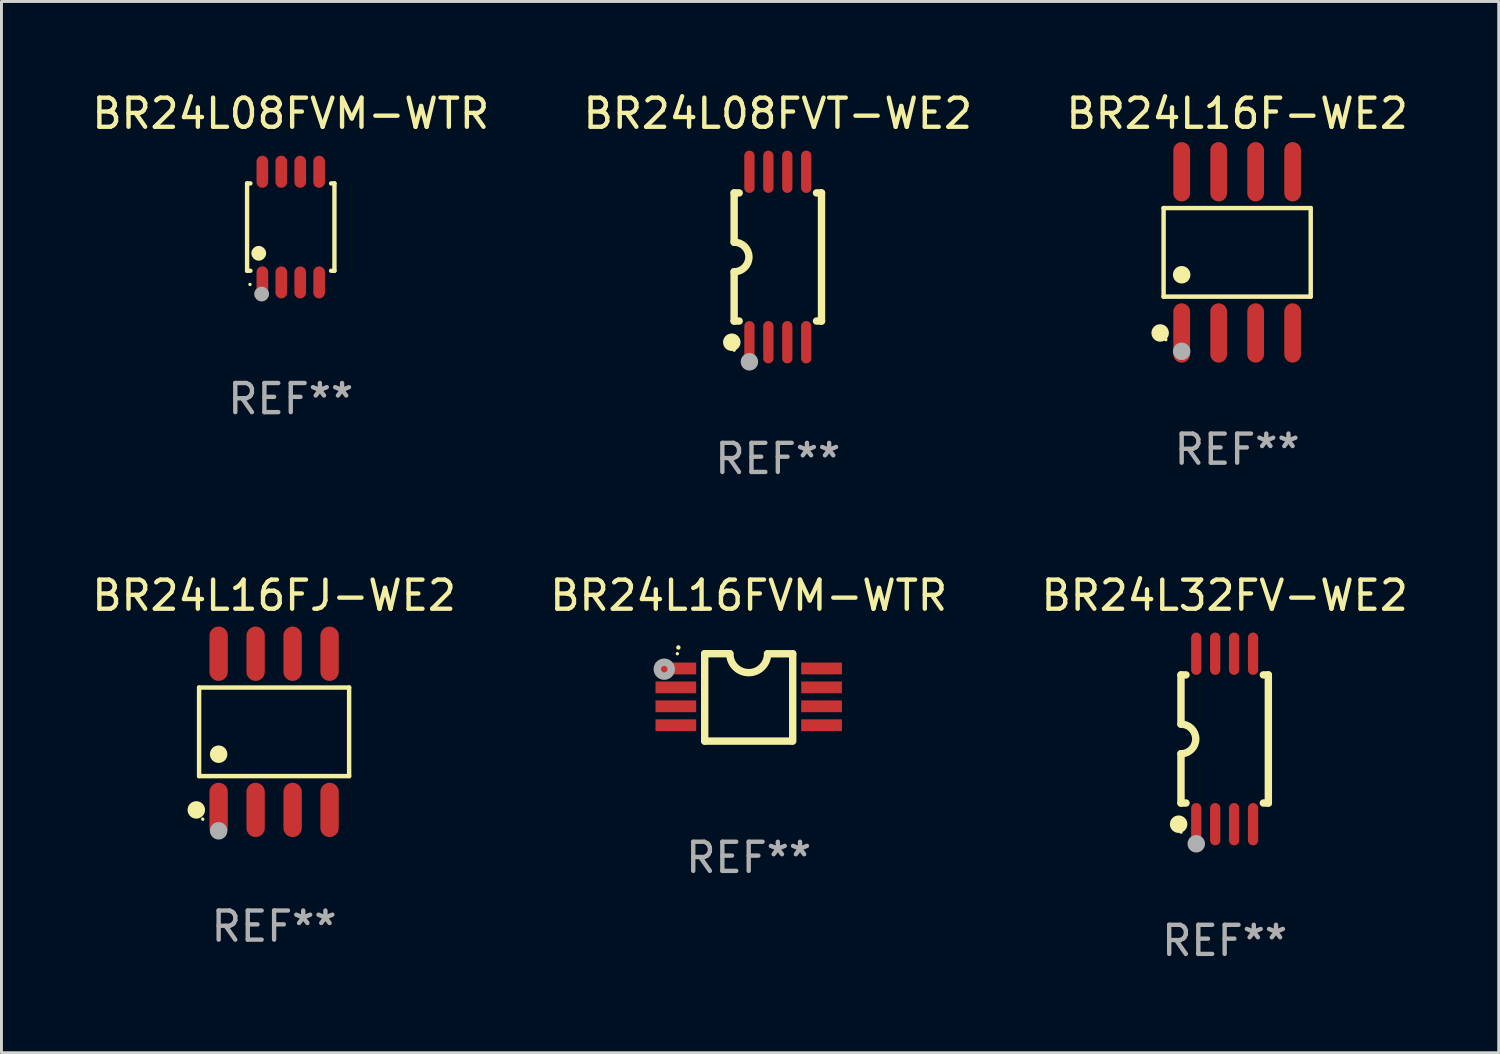
<source format=kicad_pcb>
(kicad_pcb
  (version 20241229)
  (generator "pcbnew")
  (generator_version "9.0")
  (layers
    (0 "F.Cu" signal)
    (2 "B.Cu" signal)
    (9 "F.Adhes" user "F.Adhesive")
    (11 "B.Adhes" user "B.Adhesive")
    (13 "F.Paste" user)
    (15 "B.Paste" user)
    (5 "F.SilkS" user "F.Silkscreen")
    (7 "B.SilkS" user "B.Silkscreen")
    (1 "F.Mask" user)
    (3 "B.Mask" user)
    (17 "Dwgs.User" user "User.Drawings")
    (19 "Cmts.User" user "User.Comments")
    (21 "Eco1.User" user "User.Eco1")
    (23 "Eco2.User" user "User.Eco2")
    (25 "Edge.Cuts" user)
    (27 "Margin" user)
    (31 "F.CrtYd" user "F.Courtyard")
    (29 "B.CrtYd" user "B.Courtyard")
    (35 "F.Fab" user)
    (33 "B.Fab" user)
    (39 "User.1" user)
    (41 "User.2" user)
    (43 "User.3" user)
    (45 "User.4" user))
  (footprint "BR24L16F-WE2"
    (layer "F.Cu")
    (at 39.435 5.616)
    (property "Reference" "BR24L16F-WE2" (at 0 -4.768 0) (layer "F.SilkS") (effects (font (size 1 1) (thickness 0.15))))
    (attr through_hole)
    (fp_line (start -2.526 -1.521) (end 2.526 -1.521) (stroke (width 0.152) (type solid)) (layer "F.SilkS"))
    (fp_line (start -2.526 1.521) (end -2.526 -1.521) (stroke (width 0.152) (type solid)) (layer "F.SilkS"))
    (fp_line (start 2.526 -1.521) (end 2.526 1.521) (stroke (width 0.152) (type solid)) (layer "F.SilkS"))
    (fp_line (start 2.526 1.521) (end -2.526 1.521) (stroke (width 0.152) (type solid)) (layer "F.SilkS"))
    (fp_circle (center -2.644 2.768) (end -2.494 2.768) (stroke (width 0.3) (type solid)) (fill no) (layer "F.SilkS"))
    (fp_circle (center -2.45 2.998) (end -2.42 2.998) (stroke (width 0.06) (type solid)) (fill no) (layer "F.SilkS"))
    (fp_circle (center -1.905 0.769) (end -1.755 0.769) (stroke (width 0.3) (type solid)) (fill no) (layer "F.SilkS"))
    (fp_circle (center -1.905 3.398) (end -1.755 3.398) (stroke (width 0.3) (type solid)) (fill no) (layer "F.Fab"))
    (fp_text user "REF**" (at 0 6.768 0) (layer "F.Fab") (effects (font (size 1 1) (thickness 0.15))))
    (pad "1" smd oval (at -1.905 2.768) (size 0.574 2.036) (layers "F.Cu" "F.Mask" "F.Paste"))
    (pad "2" smd oval (at -0.635 2.768) (size 0.574 2.036) (layers "F.Cu" "F.Mask" "F.Paste"))
    (pad "3" smd oval (at 0.635 2.768) (size 0.574 2.036) (layers "F.Cu" "F.Mask" "F.Paste"))
    (pad "4" smd oval (at 1.905 2.768) (size 0.574 2.036) (layers "F.Cu" "F.Mask" "F.Paste"))
    (pad "5" smd oval (at 1.905 -2.768) (size 0.574 2.036) (layers "F.Cu" "F.Mask" "F.Paste"))
    (pad "6" smd oval (at 0.635 -2.768) (size 0.574 2.036) (layers "F.Cu" "F.Mask" "F.Paste"))
    (pad "7" smd oval (at -0.635 -2.768) (size 0.574 2.036) (layers "F.Cu" "F.Mask" "F.Paste"))
    (pad "8" smd oval (at -1.905 -2.768) (size 0.574 2.036) (layers "F.Cu" "F.Mask" "F.Paste")))
  (footprint "BR24L08FVT-WE2"
    (layer "F.Cu")
    (at 23.661 5.775)
    (property "Reference" "BR24L08FVT-WE2" (at 0 -4.927 0) (layer "F.SilkS") (effects (font (size 1 1) (thickness 0.15))))
    (attr through_hole)
    (fp_line (start -1.5 -2.2) (end -1.5 -0.508) (stroke (width 0.254) (type solid)) (layer "F.SilkS"))
    (fp_line (start -1.5 -2.2) (end -1.328 -2.2) (stroke (width 0.254) (type solid)) (layer "F.SilkS"))
    (fp_line (start -1.5 2.2) (end -1.5 0.508) (stroke (width 0.254) (type solid)) (layer "F.SilkS"))
    (fp_line (start -1.5 2.2) (end -1.328 2.2) (stroke (width 0.254) (type solid)) (layer "F.SilkS"))
    (fp_line (start 1.328 -2.2) (end 1.5 -2.2) (stroke (width 0.254) (type solid)) (layer "F.SilkS"))
    (fp_line (start 1.328 2.2) (end 1.5 2.2) (stroke (width 0.254) (type solid)) (layer "F.SilkS"))
    (fp_line (start 1.5 -2.2) (end 1.5 2.2) (stroke (width 0.254) (type solid)) (layer "F.SilkS"))
    (fp_arc (start -1.501144 -0.508) (mid -0.993143 -0.000571) (end -1.5 0.508001) (stroke (width 0.254001) (type solid)) (layer "F.SilkS"))
    (fp_circle (center -1.581 2.927) (end -1.431 2.927) (stroke (width 0.3) (type solid)) (fill no) (layer "F.SilkS"))
    (fp_circle (center -1.5 3.2) (end -1.47 3.2) (stroke (width 0.06) (type solid)) (fill no) (layer "F.SilkS"))
    (fp_circle (center -0.975 3.6) (end -0.825 3.6) (stroke (width 0.3) (type solid)) (fill no) (layer "F.Fab"))
    (fp_text user "REF**" (at 0 6.927 0) (layer "F.Fab") (effects (font (size 1 1) (thickness 0.15))))
    (pad "1" smd oval (at -0.975 2.927) (size 0.353 1.454) (layers "F.Cu" "F.Mask" "F.Paste"))
    (pad "2" smd oval (at -0.325 2.927) (size 0.353 1.454) (layers "F.Cu" "F.Mask" "F.Paste"))
    (pad "3" smd oval (at 0.325 2.927) (size 0.353 1.454) (layers "F.Cu" "F.Mask" "F.Paste"))
    (pad "4" smd oval (at 0.975 2.927) (size 0.353 1.454) (layers "F.Cu" "F.Mask" "F.Paste"))
    (pad "5" smd oval (at 0.975 -2.927) (size 0.353 1.454) (layers "F.Cu" "F.Mask" "F.Paste"))
    (pad "6" smd oval (at 0.325 -2.927) (size 0.353 1.454) (layers "F.Cu" "F.Mask" "F.Paste"))
    (pad "7" smd oval (at -0.325 -2.927) (size 0.353 1.454) (layers "F.Cu" "F.Mask" "F.Paste"))
    (pad "8" smd oval (at -0.975 -2.927) (size 0.353 1.454) (layers "F.Cu" "F.Mask" "F.Paste")))
  (footprint "BR24L32FV-WE2"
    (layer "F.Cu")
    (at 39.006 22.326)
    (property "Reference" "BR24L32FV-WE2" (at 0 -4.927 0) (layer "F.SilkS") (effects (font (size 1 1) (thickness 0.15))))
    (attr through_hole)
    (fp_line (start -1.5 -2.2) (end -1.5 -0.508) (stroke (width 0.254) (type solid)) (layer "F.SilkS"))
    (fp_line (start -1.5 -2.2) (end -1.328 -2.2) (stroke (width 0.254) (type solid)) (layer "F.SilkS"))
    (fp_line (start -1.5 2.2) (end -1.5 0.508) (stroke (width 0.254) (type solid)) (layer "F.SilkS"))
    (fp_line (start -1.5 2.2) (end -1.328 2.2) (stroke (width 0.254) (type solid)) (layer "F.SilkS"))
    (fp_line (start 1.328 -2.2) (end 1.5 -2.2) (stroke (width 0.254) (type solid)) (layer "F.SilkS"))
    (fp_line (start 1.328 2.2) (end 1.5 2.2) (stroke (width 0.254) (type solid)) (layer "F.SilkS"))
    (fp_line (start 1.5 -2.2) (end 1.5 2.2) (stroke (width 0.254) (type solid)) (layer "F.SilkS"))
    (fp_arc (start -1.501144 -0.508) (mid -0.993143 -0.000571) (end -1.5 0.508001) (stroke (width 0.254001) (type solid)) (layer "F.SilkS"))
    (fp_circle (center -1.581 2.927) (end -1.431 2.927) (stroke (width 0.3) (type solid)) (fill no) (layer "F.SilkS"))
    (fp_circle (center -1.5 3.2) (end -1.47 3.2) (stroke (width 0.06) (type solid)) (fill no) (layer "F.SilkS"))
    (fp_circle (center -0.975 3.6) (end -0.825 3.6) (stroke (width 0.3) (type solid)) (fill no) (layer "F.Fab"))
    (fp_text user "REF**" (at 0 6.927 0) (layer "F.Fab") (effects (font (size 1 1) (thickness 0.15))))
    (pad "1" smd oval (at -0.975 2.927) (size 0.353 1.454) (layers "F.Cu" "F.Mask" "F.Paste"))
    (pad "2" smd oval (at -0.325 2.927) (size 0.353 1.454) (layers "F.Cu" "F.Mask" "F.Paste"))
    (pad "3" smd oval (at 0.325 2.927) (size 0.353 1.454) (layers "F.Cu" "F.Mask" "F.Paste"))
    (pad "4" smd oval (at 0.975 2.927) (size 0.353 1.454) (layers "F.Cu" "F.Mask" "F.Paste"))
    (pad "5" smd oval (at 0.975 -2.927) (size 0.353 1.454) (layers "F.Cu" "F.Mask" "F.Paste"))
    (pad "6" smd oval (at 0.325 -2.927) (size 0.353 1.454) (layers "F.Cu" "F.Mask" "F.Paste"))
    (pad "7" smd oval (at -0.325 -2.927) (size 0.353 1.454) (layers "F.Cu" "F.Mask" "F.Paste"))
    (pad "8" smd oval (at -0.975 -2.927) (size 0.353 1.454) (layers "F.Cu" "F.Mask" "F.Paste")))
  (footprint "BR24L16FJ-WE2"
    (layer "F.Cu")
    (at 6.363 22.081)
    (property "Reference" "BR24L16FJ-WE2" (at 0 -4.682 0) (layer "F.SilkS") (effects (font (size 1 1) (thickness 0.15))))
    (attr through_hole)
    (fp_line (start -2.576 -1.521) (end 2.576 -1.521) (stroke (width 0.152) (type solid)) (layer "F.SilkS"))
    (fp_line (start -2.576 1.521) (end -2.576 -1.521) (stroke (width 0.152) (type solid)) (layer "F.SilkS"))
    (fp_line (start 2.576 -1.521) (end 2.576 1.521) (stroke (width 0.152) (type solid)) (layer "F.SilkS"))
    (fp_line (start 2.576 1.521) (end -2.576 1.521) (stroke (width 0.152) (type solid)) (layer "F.SilkS"))
    (fp_circle (center -2.672 2.682) (end -2.522 2.682) (stroke (width 0.3) (type solid)) (fill no) (layer "F.SilkS"))
    (fp_circle (center -2.45 3) (end -2.42 3) (stroke (width 0.06) (type solid)) (fill no) (layer "F.SilkS"))
    (fp_circle (center -1.905 0.769) (end -1.755 0.769) (stroke (width 0.3) (type solid)) (fill no) (layer "F.SilkS"))
    (fp_circle (center -1.905 3.4) (end -1.755 3.4) (stroke (width 0.3) (type solid)) (fill no) (layer "F.Fab"))
    (fp_text user "REF**" (at 0 6.682 0) (layer "F.Fab") (effects (font (size 1 1) (thickness 0.15))))
    (pad "1" smd oval (at -1.905 2.682) (size 0.63 1.865) (layers "F.Cu" "F.Mask" "F.Paste"))
    (pad "2" smd oval (at -0.635 2.682) (size 0.63 1.865) (layers "F.Cu" "F.Mask" "F.Paste"))
    (pad "3" smd oval (at 0.635 2.682) (size 0.63 1.865) (layers "F.Cu" "F.Mask" "F.Paste"))
    (pad "4" smd oval (at 1.905 2.682) (size 0.63 1.865) (layers "F.Cu" "F.Mask" "F.Paste"))
    (pad "5" smd oval (at 1.905 -2.682) (size 0.63 1.865) (layers "F.Cu" "F.Mask" "F.Paste"))
    (pad "6" smd oval (at 0.635 -2.682) (size 0.63 1.865) (layers "F.Cu" "F.Mask" "F.Paste"))
    (pad "7" smd oval (at -0.635 -2.682) (size 0.63 1.865) (layers "F.Cu" "F.Mask" "F.Paste"))
    (pad "8" smd oval (at -1.905 -2.682) (size 0.63 1.865) (layers "F.Cu" "F.Mask" "F.Paste")))
  (footprint "BR24L08FVM-WTR"
    (layer "F.Cu")
    (at 6.935 4.748)
    (property "Reference" "BR24L08FVM-WTR" (at 0 -3.9 0) (layer "F.SilkS") (effects (font (size 1 1) (thickness 0.15))))
    (attr through_hole)
    (fp_line (start -1.5 -1.5) (end -1.385 -1.5) (stroke (width 0.15) (type solid)) (layer "F.SilkS"))
    (fp_line (start -1.5 1.5) (end -1.5 -1.5) (stroke (width 0.15) (type solid)) (layer "F.SilkS"))
    (fp_line (start -1.385 1.5) (end -1.5 1.5) (stroke (width 0.15) (type solid)) (layer "F.SilkS"))
    (fp_line (start 1.385 -1.5) (end 1.5 -1.5) (stroke (width 0.15) (type solid)) (layer "F.SilkS"))
    (fp_line (start 1.5 -1.5) (end 1.5 1.5) (stroke (width 0.15) (type solid)) (layer "F.SilkS"))
    (fp_line (start 1.5 1.5) (end 1.385 1.5) (stroke (width 0.15) (type solid)) (layer "F.SilkS"))
    (fp_circle (center -1.4 1.97) (end -1.37 1.97) (stroke (width 0.06) (type solid)) (fill no) (layer "F.SilkS"))
    (fp_circle (center -1.1 0.9) (end -0.973 0.9) (stroke (width 0.254) (type solid)) (fill no) (layer "F.SilkS"))
    (fp_circle (center -1 2.3) (end -0.873 2.3) (stroke (width 0.254) (type solid)) (fill no) (layer "F.Fab"))
    (fp_text user "REF**" (at 0 5.9 0) (layer "F.Fab") (effects (font (size 1 1) (thickness 0.15))))
    (pad "1" smd oval (at -0.975 1.9 270) (size 1.1 0.4) (layers "F.Cu" "F.Mask" "F.Paste"))
    (pad "2" smd oval (at -0.325 1.9 270) (size 1.1 0.4) (layers "F.Cu" "F.Mask" "F.Paste"))
    (pad "3" smd oval (at 0.325 1.9 270) (size 1.1 0.4) (layers "F.Cu" "F.Mask" "F.Paste"))
    (pad "4" smd oval (at 0.975 1.9 270) (size 1.1 0.4) (layers "F.Cu" "F.Mask" "F.Paste"))
    (pad "5" smd oval (at 0.975 -1.9 270) (size 1.1 0.4) (layers "F.Cu" "F.Mask" "F.Paste"))
    (pad "6" smd oval (at 0.325 -1.9 270) (size 1.1 0.4) (layers "F.Cu" "F.Mask" "F.Paste"))
    (pad "7" smd oval (at -0.325 -1.9 270) (size 1.1 0.4) (layers "F.Cu" "F.Mask" "F.Paste"))
    (pad "8" smd oval (at -0.975 -1.9 270) (size 1.1 0.4) (layers "F.Cu" "F.Mask" "F.Paste")))
  (footprint "BR24L16FVM-WTR"
    (layer "F.Cu")
    (at 22.661 20.9)
    (property "Reference" "BR24L16FVM-WTR" (at 0 -3.501 0) (layer "F.SilkS") (effects (font (size 1 1) (thickness 0.15))))
    (attr through_hole)
    (fp_line (start -1.511 -1.501) (end -1.511 1.499) (stroke (width 0.254) (type solid)) (layer "F.SilkS"))
    (fp_line (start -1.511 -1.501) (end -0.648 -1.501) (stroke (width 0.254) (type solid)) (layer "F.SilkS"))
    (fp_line (start -1.511 1.499) (end 1.489 1.499) (stroke (width 0.254) (type solid)) (layer "F.SilkS"))
    (fp_line (start 0.648 -1.499) (end 1.511 -1.499) (stroke (width 0.254) (type solid)) (layer "F.SilkS"))
    (fp_line (start 1.511 -1.499) (end 1.511 1.501) (stroke (width 0.254) (type solid)) (layer "F.SilkS"))
    (fp_arc (start -2.41491 -1.713233) (mid -2.414916 -1.714503) (end -2.41491 -1.715773) (stroke (width 0.150013) (type solid)) (layer "F.SilkS"))
    (fp_arc (start 0.647803 -1.498603) (mid 0.000102 -0.850902) (end -0.647599 -1.498603) (stroke (width 0.254001) (type solid)) (layer "F.SilkS"))
    (fp_circle (center -2.45 -1.501) (end -2.42 -1.501) (stroke (width 0.06) (type solid)) (fill no) (layer "F.SilkS"))
    (fp_circle (center -2.9 -0.97) (end -2.788 -0.97) (stroke (width 0.254) (type solid)) (fill no) (layer "F.Fab"))
    (fp_text user "REF**" (at 0 5.501 0) (layer "F.Fab") (effects (font (size 1 1) (thickness 0.15))))
    (pad "1" smd rect (at -2.502 -0.995) (size 1.397 0.406) (layers "F.Cu" "F.Mask" "F.Paste"))
    (pad "2" smd rect (at -2.502 -0.345) (size 1.397 0.406) (layers "F.Cu" "F.Mask" "F.Paste"))
    (pad "3" smd rect (at -2.502 0.305) (size 1.397 0.406) (layers "F.Cu" "F.Mask" "F.Paste"))
    (pad "4" smd rect (at -2.502 0.955) (size 1.397 0.406) (layers "F.Cu" "F.Mask" "F.Paste"))
    (pad "5" smd rect (at 2.502 0.955) (size 1.397 0.406) (layers "F.Cu" "F.Mask" "F.Paste"))
    (pad "6" smd rect (at 2.502 0.305) (size 1.397 0.406) (layers "F.Cu" "F.Mask" "F.Paste"))
    (pad "7" smd rect (at 2.502 -0.345) (size 1.397 0.406) (layers "F.Cu" "F.Mask" "F.Paste"))
    (pad "8" smd rect (at 2.502 -0.995) (size 1.397 0.406) (layers "F.Cu" "F.Mask" "F.Paste")))
  (gr_rect
    (start -3 -3)
    (end 48.417 33.101)
    (stroke (width 0.1) (type default))
    (fill no)
    (layer "Edge.Cuts")))
</source>
